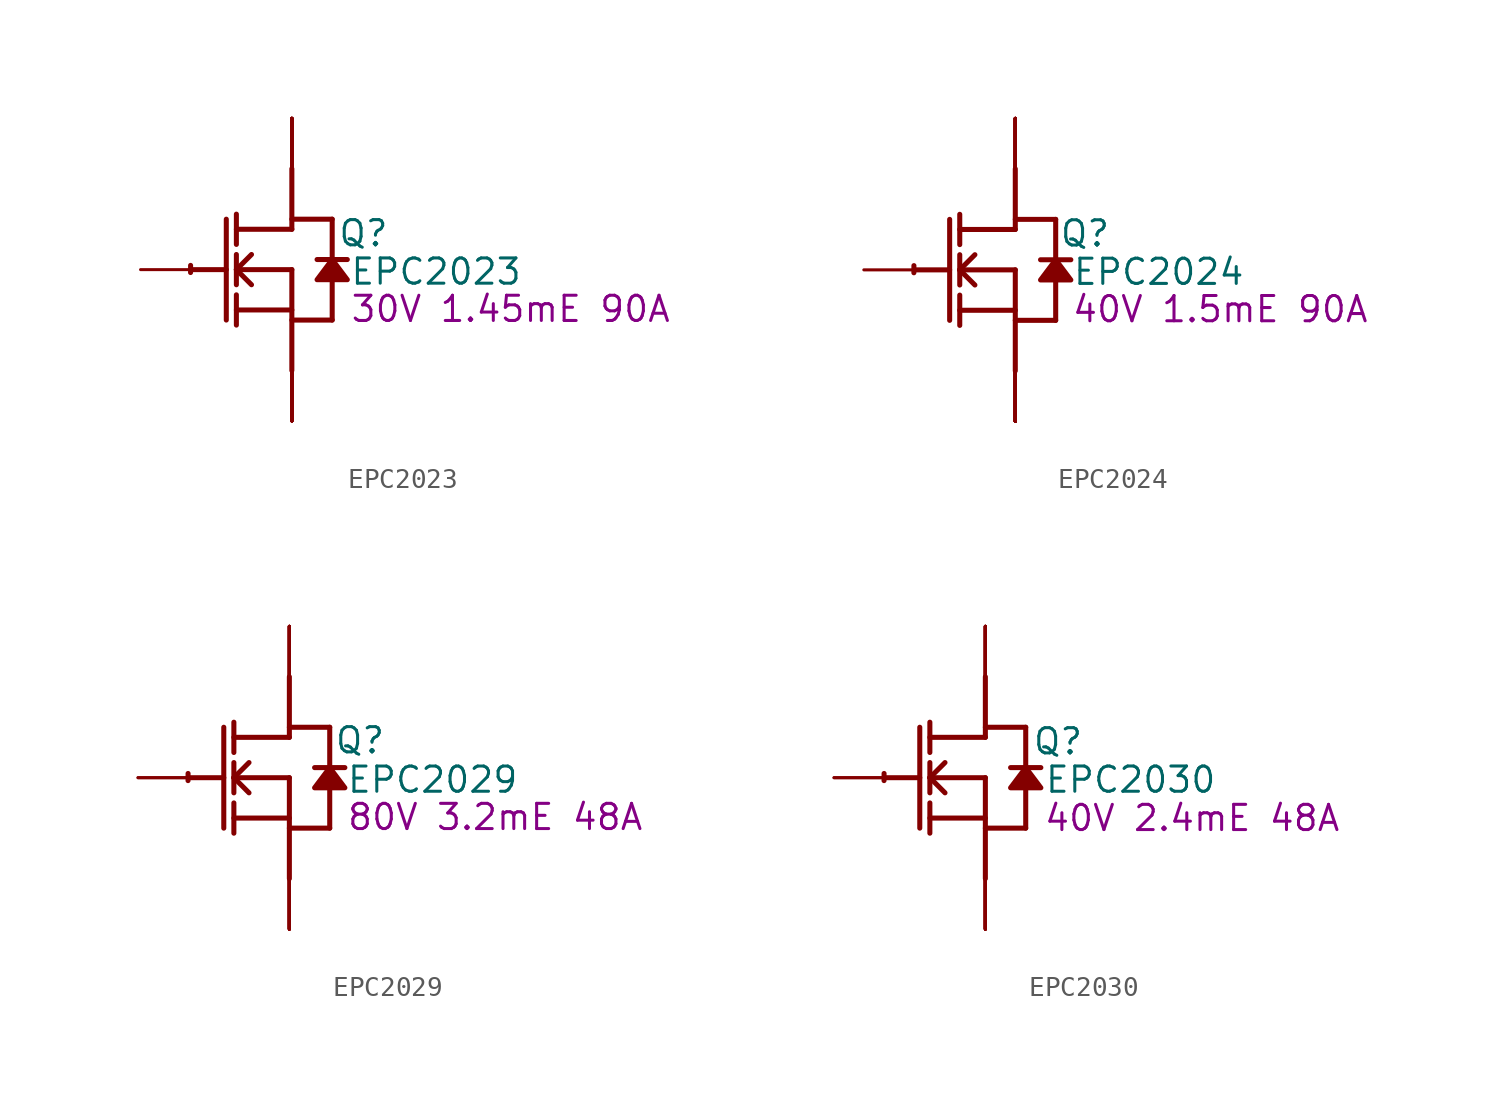
<source format=kicad_sym>
(kicad_symbol_lib
  (version 20241209)
  (generator "kicad_symbol_editor")
  (generator_version "9.0")
  (symbol "EPC2023"
    (property "Reference" "Q"
      (at 3.607 1.829 0)
      (effects (font (size 1.27 1.27))))
    (property "Value" "EPC2023"
      (at 7.264 -0.102 0)
      (effects (font (size 1.27 1.27))))
    (property "Description" "30V 1.45mE 90A"
      (at 11.024 -1.981 0)
      (effects (font (size 1.27 1.27))))
    (symbol "EPC2023_1_0"
      (polyline (pts (xy -5.08 0) (xy -3.302 0)) (stroke (width 0.254) (type solid)) (fill (type none)))
      (polyline (pts (xy -3.302 2.54) (xy -3.302 -2.54)) (stroke (width 0.254) (type solid)) (fill (type none)))
      (polyline (pts (xy -2.794 1.27) (xy -2.794 2.794)) (stroke (width 0.254) (type solid)) (fill (type none)))
      (polyline (pts (xy -2.794 0) (xy -2.032 0.762)) (stroke (width 0.254) (type solid)) (fill (type none)))
      (polyline (pts (xy -2.794 0) (xy 0 0)) (stroke (width 0.254) (type solid)) (fill (type none)))
      (polyline (pts (xy -2.794 -0.762) (xy -2.794 0.762)) (stroke (width 0.254) (type solid)) (fill (type none)))
      (polyline (pts (xy -2.794 -2.032) (xy 0 -2.032)) (stroke (width 0.254) (type solid)) (fill (type none)))
      (polyline (pts (xy -2.794 -2.794) (xy -2.794 -1.27)) (stroke (width 0.254) (type solid)) (fill (type none)))
      (polyline (pts (xy -2.032 -0.762) (xy -2.794 0)) (stroke (width 0.254) (type solid)) (fill (type none)))
      (polyline (pts (xy 0 2.54) (xy 2.032 2.54)) (stroke (width 0.254) (type solid)) (fill (type none)))
      (polyline (pts (xy 0 2.032) (xy -2.794 2.032)) (stroke (width 0.254) (type solid)) (fill (type none)))
      (polyline (pts (xy 0 2.032) (xy 0 5.08)) (stroke (width 0.254) (type solid)) (fill (type none)))
      (polyline (pts (xy 0 0) (xy 0 -5.08)) (stroke (width 0.254) (type solid)) (fill (type none)))
      (polyline (pts (xy 0 -2.54) (xy 2.032 -2.54)) (stroke (width 0.254) (type solid)) (fill (type none)))
      (arc (start -5.1019 -0.1467) (mid -5.1039 0.0331) (end -5.0996 0.2128) (stroke (width 0.254) (type solid)) (fill (type none)))
      (polyline (pts (xy 2.032 2.54) (xy 2.032 0.508)) (stroke (width 0.254) (type solid)) (fill (type none)))
      (polyline (pts (xy 2.032 0.508) (xy 1.27 -0.508) (xy 2.794 -0.508) (xy 2.032 0.508)) (stroke (width 0.254) (type solid)) (fill (type outline)))
      (polyline (pts (xy 2.032 -0.508) (xy 2.032 -2.54)) (stroke (width 0.254) (type solid)) (fill (type none)))
      (polyline (pts (xy 2.794 0.508) (xy 1.27 0.508)) (stroke (width 0.254) (type solid)) (fill (type none)))
      (pin passive line (at -7.62 0 0) (length 2.54) (name "G" (effects (font (size 0 0)))) (number "1" (effects (font (size 0 0)))))
      (pin open_collector line (at 0 7.62 270) (length 2.54) (name "D5" (effects (font (size 0 0)))) (number "11" (effects (font (size 0 0)))))
      (pin open_collector line (at 0 7.62 270) (length 2.54) (name "D6" (effects (font (size 0 0)))) (number "12" (effects (font (size 0 0)))))
      (pin open_collector line (at 0 7.62 270) (length 2.54) (name "D7" (effects (font (size 0 0)))) (number "15" (effects (font (size 0 0)))))
      (pin open_collector line (at 0 7.62 270) (length 2.54) (name "D8" (effects (font (size 0 0)))) (number "16" (effects (font (size 0 0)))))
      (pin open_collector line (at 0 7.62 270) (length 2.54) (name "D9" (effects (font (size 0 0)))) (number "19" (effects (font (size 0 0)))))
      (pin open_collector line (at 0 7.62 270) (length 2.54) (name "D10" (effects (font (size 0 0)))) (number "20" (effects (font (size 0 0)))))
      (pin open_collector line (at 0 7.62 270) (length 2.54) (name "D11" (effects (font (size 0 0)))) (number "23" (effects (font (size 0 0)))))
      (pin open_collector line (at 0 7.62 270) (length 2.54) (name "D12" (effects (font (size 0 0)))) (number "24" (effects (font (size 0 0)))))
      (pin open_collector line (at 0 7.62 270) (length 2.54) (name "D13" (effects (font (size 0 0)))) (number "27" (effects (font (size 0 0)))))
      (pin open_collector line (at 0 7.62 270) (length 2.54) (name "D14" (effects (font (size 0 0)))) (number "28" (effects (font (size 0 0)))))
      (pin open_collector line (at 0 7.62 270) (length 2.54) (name "D1" (effects (font (size 0 0)))) (number "3" (effects (font (size 0 0)))))
      (pin open_collector line (at 0 7.62 270) (length 2.54) (name "D2" (effects (font (size 0 0)))) (number "4" (effects (font (size 0 0)))))
      (pin open_collector line (at 0 7.62 270) (length 2.54) (name "D3" (effects (font (size 0 0)))) (number "7" (effects (font (size 0 0)))))
      (pin open_collector line (at 0 7.62 270) (length 2.54) (name "D4" (effects (font (size 0 0)))) (number "8" (effects (font (size 0 0)))))
      (pin open_emitter line (at 0 -7.62 90) (length 2.54) (name "S5" (effects (font (size 0 0)))) (number "10" (effects (font (size 0 0)))))
      (pin open_emitter line (at 0 -7.62 90) (length 2.54) (name "S6" (effects (font (size 0 0)))) (number "13" (effects (font (size 0 0)))))
      (pin open_emitter line (at 0 -7.62 90) (length 2.54) (name "S7" (effects (font (size 0 0)))) (number "14" (effects (font (size 0 0)))))
      (pin open_emitter line (at 0 -7.62 90) (length 2.54) (name "S8" (effects (font (size 0 0)))) (number "17" (effects (font (size 0 0)))))
      (pin open_emitter line (at 0 -7.62 90) (length 2.54) (name "S9" (effects (font (size 0 0)))) (number "18" (effects (font (size 0 0)))))
      (pin open_emitter line (at 0 -7.62 90) (length 2.54) (name "S1" (effects (font (size 0 0)))) (number "2" (effects (font (size 0 0)))))
      (pin open_emitter line (at 0 -7.62 90) (length 2.54) (name "S10" (effects (font (size 0 0)))) (number "21" (effects (font (size 0 0)))))
      (pin open_emitter line (at 0 -7.62 90) (length 2.54) (name "S11" (effects (font (size 0 0)))) (number "22" (effects (font (size 0 0)))))
      (pin open_emitter line (at 0 -7.62 90) (length 2.54) (name "S12" (effects (font (size 0 0)))) (number "25" (effects (font (size 0 0)))))
      (pin open_emitter line (at 0 -7.62 90) (length 2.54) (name "S13" (effects (font (size 0 0)))) (number "26" (effects (font (size 0 0)))))
      (pin open_emitter line (at 0 -7.62 90) (length 2.54) (name "S14" (effects (font (size 0 0)))) (number "29" (effects (font (size 0 0)))))
      (pin open_emitter line (at 0 -7.62 90) (length 2.54) (name "Sub" (effects (font (size 0 0)))) (number "30" (effects (font (size 0 0)))))
      (pin open_emitter line (at 0 -7.62 90) (length 2.54) (name "S2" (effects (font (size 0 0)))) (number "5" (effects (font (size 0 0)))))
      (pin open_emitter line (at 0 -7.62 90) (length 2.54) (name "S3" (effects (font (size 0 0)))) (number "6" (effects (font (size 0 0)))))
      (pin open_emitter line (at 0 -7.62 90) (length 2.54) (name "S4" (effects (font (size 0 0)))) (number "9" (effects (font (size 0 0)))))))
  (symbol "EPC2024"
    (property "Reference" "Q"
      (at 3.505 1.829 0)
      (effects (font (size 1.27 1.27))))
    (property "Value" "EPC2024"
      (at 7.214 -0.102 0)
      (effects (font (size 1.27 1.27))))
    (property "Description" "40V 1.5mE 90A"
      (at 10.312 -1.981 0)
      (effects (font (size 1.27 1.27))))
    (symbol "EPC2024_1_0"
      (polyline (pts (xy -5.08 0) (xy -3.302 0)) (stroke (width 0.254) (type solid)) (fill (type none)))
      (polyline (pts (xy -3.302 2.54) (xy -3.302 -2.54)) (stroke (width 0.254) (type solid)) (fill (type none)))
      (polyline (pts (xy -2.794 1.27) (xy -2.794 2.794)) (stroke (width 0.254) (type solid)) (fill (type none)))
      (polyline (pts (xy -2.794 0) (xy -2.032 0.762)) (stroke (width 0.254) (type solid)) (fill (type none)))
      (polyline (pts (xy -2.794 0) (xy 0 0)) (stroke (width 0.254) (type solid)) (fill (type none)))
      (polyline (pts (xy -2.794 -0.762) (xy -2.794 0.762)) (stroke (width 0.254) (type solid)) (fill (type none)))
      (polyline (pts (xy -2.794 -2.032) (xy 0 -2.032)) (stroke (width 0.254) (type solid)) (fill (type none)))
      (polyline (pts (xy -2.794 -2.794) (xy -2.794 -1.27)) (stroke (width 0.254) (type solid)) (fill (type none)))
      (polyline (pts (xy -2.032 -0.762) (xy -2.794 0)) (stroke (width 0.254) (type solid)) (fill (type none)))
      (polyline (pts (xy 0 2.54) (xy 2.032 2.54)) (stroke (width 0.254) (type solid)) (fill (type none)))
      (polyline (pts (xy 0 2.032) (xy -2.794 2.032)) (stroke (width 0.254) (type solid)) (fill (type none)))
      (polyline (pts (xy 0 2.032) (xy 0 5.08)) (stroke (width 0.254) (type solid)) (fill (type none)))
      (polyline (pts (xy 0 0) (xy 0 -5.08)) (stroke (width 0.254) (type solid)) (fill (type none)))
      (polyline (pts (xy 0 -2.54) (xy 2.032 -2.54)) (stroke (width 0.254) (type solid)) (fill (type none)))
      (arc (start -5.1019 -0.1467) (mid -5.1039 0.0331) (end -5.0996 0.2128) (stroke (width 0.254) (type solid)) (fill (type none)))
      (polyline (pts (xy 2.032 2.54) (xy 2.032 0.508)) (stroke (width 0.254) (type solid)) (fill (type none)))
      (polyline (pts (xy 2.032 0.508) (xy 1.27 -0.508) (xy 2.794 -0.508) (xy 2.032 0.508)) (stroke (width 0.254) (type solid)) (fill (type outline)))
      (polyline (pts (xy 2.032 -0.508) (xy 2.032 -2.54)) (stroke (width 0.254) (type solid)) (fill (type none)))
      (polyline (pts (xy 2.794 0.508) (xy 1.27 0.508)) (stroke (width 0.254) (type solid)) (fill (type none)))
      (pin passive line (at -7.62 0 0) (length 2.54) (name "G" (effects (font (size 0 0)))) (number "1" (effects (font (size 0 0)))))
      (pin open_collector line (at 0 7.62 270) (length 2.54) (name "D5" (effects (font (size 0 0)))) (number "11" (effects (font (size 0 0)))))
      (pin open_collector line (at 0 7.62 270) (length 2.54) (name "D6" (effects (font (size 0 0)))) (number "12" (effects (font (size 0 0)))))
      (pin open_collector line (at 0 7.62 270) (length 2.54) (name "D7" (effects (font (size 0 0)))) (number "15" (effects (font (size 0 0)))))
      (pin open_collector line (at 0 7.62 270) (length 2.54) (name "D8" (effects (font (size 0 0)))) (number "16" (effects (font (size 0 0)))))
      (pin open_collector line (at 0 7.62 270) (length 2.54) (name "D9" (effects (font (size 0 0)))) (number "19" (effects (font (size 0 0)))))
      (pin open_collector line (at 0 7.62 270) (length 2.54) (name "D10" (effects (font (size 0 0)))) (number "20" (effects (font (size 0 0)))))
      (pin open_collector line (at 0 7.62 270) (length 2.54) (name "D11" (effects (font (size 0 0)))) (number "23" (effects (font (size 0 0)))))
      (pin open_collector line (at 0 7.62 270) (length 2.54) (name "D12" (effects (font (size 0 0)))) (number "24" (effects (font (size 0 0)))))
      (pin open_collector line (at 0 7.62 270) (length 2.54) (name "D13" (effects (font (size 0 0)))) (number "27" (effects (font (size 0 0)))))
      (pin open_collector line (at 0 7.62 270) (length 2.54) (name "D14" (effects (font (size 0 0)))) (number "28" (effects (font (size 0 0)))))
      (pin open_collector line (at 0 7.62 270) (length 2.54) (name "D1" (effects (font (size 0 0)))) (number "3" (effects (font (size 0 0)))))
      (pin open_collector line (at 0 7.62 270) (length 2.54) (name "D2" (effects (font (size 0 0)))) (number "4" (effects (font (size 0 0)))))
      (pin open_collector line (at 0 7.62 270) (length 2.54) (name "D3" (effects (font (size 0 0)))) (number "7" (effects (font (size 0 0)))))
      (pin open_collector line (at 0 7.62 270) (length 2.54) (name "D4" (effects (font (size 0 0)))) (number "8" (effects (font (size 0 0)))))
      (pin open_emitter line (at 0 -7.62 90) (length 2.54) (name "S5" (effects (font (size 0 0)))) (number "10" (effects (font (size 0 0)))))
      (pin open_emitter line (at 0 -7.62 90) (length 2.54) (name "S6" (effects (font (size 0 0)))) (number "13" (effects (font (size 0 0)))))
      (pin open_emitter line (at 0 -7.62 90) (length 2.54) (name "S7" (effects (font (size 0 0)))) (number "14" (effects (font (size 0 0)))))
      (pin open_emitter line (at 0 -7.62 90) (length 2.54) (name "S8" (effects (font (size 0 0)))) (number "17" (effects (font (size 0 0)))))
      (pin open_emitter line (at 0 -7.62 90) (length 2.54) (name "S9" (effects (font (size 0 0)))) (number "18" (effects (font (size 0 0)))))
      (pin open_emitter line (at 0 -7.62 90) (length 2.54) (name "S1" (effects (font (size 0 0)))) (number "2" (effects (font (size 0 0)))))
      (pin open_emitter line (at 0 -7.62 90) (length 2.54) (name "S10" (effects (font (size 0 0)))) (number "21" (effects (font (size 0 0)))))
      (pin open_emitter line (at 0 -7.62 90) (length 2.54) (name "S11" (effects (font (size 0 0)))) (number "22" (effects (font (size 0 0)))))
      (pin open_emitter line (at 0 -7.62 90) (length 2.54) (name "S12" (effects (font (size 0 0)))) (number "25" (effects (font (size 0 0)))))
      (pin open_emitter line (at 0 -7.62 90) (length 2.54) (name "S13" (effects (font (size 0 0)))) (number "26" (effects (font (size 0 0)))))
      (pin open_emitter line (at 0 -7.62 90) (length 2.54) (name "S14" (effects (font (size 0 0)))) (number "29" (effects (font (size 0 0)))))
      (pin open_emitter line (at 0 -7.62 90) (length 2.54) (name "Sub" (effects (font (size 0 0)))) (number "30" (effects (font (size 0 0)))))
      (pin open_emitter line (at 0 -7.62 90) (length 2.54) (name "S2" (effects (font (size 0 0)))) (number "5" (effects (font (size 0 0)))))
      (pin open_emitter line (at 0 -7.62 90) (length 2.54) (name "S3" (effects (font (size 0 0)))) (number "6" (effects (font (size 0 0)))))
      (pin open_emitter line (at 0 -7.62 90) (length 2.54) (name "S4" (effects (font (size 0 0)))) (number "9" (effects (font (size 0 0)))))))
  (symbol "EPC2029"
    (property "Reference" "Q"
      (at 3.556 1.88 0)
      (effects (font (size 1.27 1.27))))
    (property "Value" "EPC2029"
      (at 7.214 -0.102 0)
      (effects (font (size 1.27 1.27))))
    (property "Description" "80V 3.2mE 48A"
      (at 10.363 -1.981 0)
      (effects (font (size 1.27 1.27))))
    (symbol "EPC2029_1_0"
      (polyline (pts (xy -5.08 0) (xy -3.302 0)) (stroke (width 0.254) (type solid)) (fill (type none)))
      (polyline (pts (xy -3.302 2.54) (xy -3.302 -2.54)) (stroke (width 0.254) (type solid)) (fill (type none)))
      (polyline (pts (xy -2.794 1.27) (xy -2.794 2.794)) (stroke (width 0.254) (type solid)) (fill (type none)))
      (polyline (pts (xy -2.794 0) (xy -2.032 0.762)) (stroke (width 0.254) (type solid)) (fill (type none)))
      (polyline (pts (xy -2.794 0) (xy 0 0)) (stroke (width 0.254) (type solid)) (fill (type none)))
      (polyline (pts (xy -2.794 -0.762) (xy -2.794 0.762)) (stroke (width 0.254) (type solid)) (fill (type none)))
      (polyline (pts (xy -2.794 -2.032) (xy 0 -2.032)) (stroke (width 0.254) (type solid)) (fill (type none)))
      (polyline (pts (xy -2.794 -2.794) (xy -2.794 -1.27)) (stroke (width 0.254) (type solid)) (fill (type none)))
      (polyline (pts (xy -2.032 -0.762) (xy -2.794 0)) (stroke (width 0.254) (type solid)) (fill (type none)))
      (polyline (pts (xy 0 2.54) (xy 2.032 2.54)) (stroke (width 0.254) (type solid)) (fill (type none)))
      (polyline (pts (xy 0 2.032) (xy -2.794 2.032)) (stroke (width 0.254) (type solid)) (fill (type none)))
      (polyline (pts (xy 0 2.032) (xy 0 5.08)) (stroke (width 0.254) (type solid)) (fill (type none)))
      (polyline (pts (xy 0 0) (xy 0 -5.08)) (stroke (width 0.254) (type solid)) (fill (type none)))
      (polyline (pts (xy 0 -2.54) (xy 2.032 -2.54)) (stroke (width 0.254) (type solid)) (fill (type none)))
      (arc (start -5.1019 -0.1467) (mid -5.1039 0.0331) (end -5.0996 0.2128) (stroke (width 0.254) (type solid)) (fill (type none)))
      (polyline (pts (xy 2.032 2.54) (xy 2.032 0.508)) (stroke (width 0.254) (type solid)) (fill (type none)))
      (polyline (pts (xy 2.032 0.508) (xy 1.27 -0.508) (xy 2.794 -0.508) (xy 2.032 0.508)) (stroke (width 0.254) (type solid)) (fill (type outline)))
      (polyline (pts (xy 2.032 -0.508) (xy 2.032 -2.54)) (stroke (width 0.254) (type solid)) (fill (type none)))
      (polyline (pts (xy 2.794 0.508) (xy 1.27 0.508)) (stroke (width 0.254) (type solid)) (fill (type none)))
      (pin passive line (at -7.62 0 0) (length 2.54) (name "G" (effects (font (size 0 0)))) (number "1" (effects (font (size 0 0)))))
      (pin passive line (at -7.62 0 0) (length 2.54) (name "G" (effects (font (size 0 0)))) (number "2" (effects (font (size 0 0)))))
      (pin open_collector line (at 0 7.62 270) (length 2.54) (name "D6" (effects (font (size 0 0)))) (number "15" (effects (font (size 0 0)))))
      (pin open_collector line (at 0 7.62 270) (length 2.54) (name "D7" (effects (font (size 0 0)))) (number "16" (effects (font (size 0 0)))))
      (pin open_collector line (at 0 7.62 270) (length 2.54) (name "D8" (effects (font (size 0 0)))) (number "17" (effects (font (size 0 0)))))
      (pin open_collector line (at 0 7.62 270) (length 2.54) (name "D9" (effects (font (size 0 0)))) (number "18" (effects (font (size 0 0)))))
      (pin open_collector line (at 0 7.62 270) (length 2.54) (name "D10" (effects (font (size 0 0)))) (number "19" (effects (font (size 0 0)))))
      (pin open_collector line (at 0 7.62 270) (length 2.54) (name "D1" (effects (font (size 0 0)))) (number "5" (effects (font (size 0 0)))))
      (pin open_collector line (at 0 7.62 270) (length 2.54) (name "D2" (effects (font (size 0 0)))) (number "6" (effects (font (size 0 0)))))
      (pin open_collector line (at 0 7.62 270) (length 2.54) (name "D3" (effects (font (size 0 0)))) (number "7" (effects (font (size 0 0)))))
      (pin open_collector line (at 0 7.62 270) (length 2.54) (name "D4" (effects (font (size 0 0)))) (number "8" (effects (font (size 0 0)))))
      (pin open_collector line (at 0 7.62 270) (length 2.54) (name "D5" (effects (font (size 0 0)))) (number "9" (effects (font (size 0 0)))))
      (pin open_emitter line (at 0 -7.62 90) (length 2.54) (name "S3" (effects (font (size 0 0)))) (number "10" (effects (font (size 0 0)))))
      (pin open_emitter line (at 0 -7.62 90) (length 2.54) (name "S4" (effects (font (size 0 0)))) (number "11" (effects (font (size 0 0)))))
      (pin open_emitter line (at 0 -7.62 90) (length 2.54) (name "Sub" (effects (font (size 0 0)))) (number "12" (effects (font (size 0 0)))))
      (pin open_emitter line (at 0 -7.62 90) (length 2.54) (name "S5" (effects (font (size 0 0)))) (number "13" (effects (font (size 0 0)))))
      (pin open_emitter line (at 0 -7.62 90) (length 2.54) (name "S6" (effects (font (size 0 0)))) (number "14" (effects (font (size 0 0)))))
      (pin open_emitter line (at 0 -7.62 90) (length 2.54) (name "S7" (effects (font (size 0 0)))) (number "20" (effects (font (size 0 0)))))
      (pin open_emitter line (at 0 -7.62 90) (length 2.54) (name "S8" (effects (font (size 0 0)))) (number "21" (effects (font (size 0 0)))))
      (pin open_emitter line (at 0 -7.62 90) (length 2.54) (name "S9" (effects (font (size 0 0)))) (number "22" (effects (font (size 0 0)))))
      (pin open_emitter line (at 0 -7.62 90) (length 2.54) (name "S10" (effects (font (size 0 0)))) (number "23" (effects (font (size 0 0)))))
      (pin open_emitter line (at 0 -7.62 90) (length 2.54) (name "S11" (effects (font (size 0 0)))) (number "24" (effects (font (size 0 0)))))
      (pin open_emitter line (at 0 -7.62 90) (length 2.54) (name "S1" (effects (font (size 0 0)))) (number "3" (effects (font (size 0 0)))))
      (pin open_emitter line (at 0 -7.62 90) (length 2.54) (name "S2" (effects (font (size 0 0)))) (number "4" (effects (font (size 0 0)))))))
  (symbol "EPC2030"
    (property "Reference" "Q"
      (at 3.658 1.829 0)
      (effects (font (size 1.27 1.27))))
    (property "Value" "EPC2030"
      (at 7.315 -0.102 0)
      (effects (font (size 1.27 1.27))))
    (property "Description" "40V 2.4mE 48A"
      (at 10.414 -2.032 0)
      (effects (font (size 1.27 1.27))))
    (symbol "EPC2030_1_0"
      (polyline (pts (xy -5.08 0) (xy -3.302 0)) (stroke (width 0.254) (type solid)) (fill (type none)))
      (polyline (pts (xy -3.302 2.54) (xy -3.302 -2.54)) (stroke (width 0.254) (type solid)) (fill (type none)))
      (polyline (pts (xy -2.794 1.27) (xy -2.794 2.794)) (stroke (width 0.254) (type solid)) (fill (type none)))
      (polyline (pts (xy -2.794 0) (xy -2.032 0.762)) (stroke (width 0.254) (type solid)) (fill (type none)))
      (polyline (pts (xy -2.794 0) (xy 0 0)) (stroke (width 0.254) (type solid)) (fill (type none)))
      (polyline (pts (xy -2.794 -0.762) (xy -2.794 0.762)) (stroke (width 0.254) (type solid)) (fill (type none)))
      (polyline (pts (xy -2.794 -2.032) (xy 0 -2.032)) (stroke (width 0.254) (type solid)) (fill (type none)))
      (polyline (pts (xy -2.794 -2.794) (xy -2.794 -1.27)) (stroke (width 0.254) (type solid)) (fill (type none)))
      (polyline (pts (xy -2.032 -0.762) (xy -2.794 0)) (stroke (width 0.254) (type solid)) (fill (type none)))
      (polyline (pts (xy 0 2.54) (xy 2.032 2.54)) (stroke (width 0.254) (type solid)) (fill (type none)))
      (polyline (pts (xy 0 2.032) (xy -2.794 2.032)) (stroke (width 0.254) (type solid)) (fill (type none)))
      (polyline (pts (xy 0 2.032) (xy 0 5.08)) (stroke (width 0.254) (type solid)) (fill (type none)))
      (polyline (pts (xy 0 0) (xy 0 -5.08)) (stroke (width 0.254) (type solid)) (fill (type none)))
      (polyline (pts (xy 0 -2.54) (xy 2.032 -2.54)) (stroke (width 0.254) (type solid)) (fill (type none)))
      (arc (start -5.1019 -0.1467) (mid -5.1039 0.0331) (end -5.0996 0.2128) (stroke (width 0.254) (type solid)) (fill (type none)))
      (polyline (pts (xy 2.032 2.54) (xy 2.032 0.508)) (stroke (width 0.254) (type solid)) (fill (type none)))
      (polyline (pts (xy 2.032 0.508) (xy 1.27 -0.508) (xy 2.794 -0.508) (xy 2.032 0.508)) (stroke (width 0.254) (type solid)) (fill (type outline)))
      (polyline (pts (xy 2.032 -0.508) (xy 2.032 -2.54)) (stroke (width 0.254) (type solid)) (fill (type none)))
      (polyline (pts (xy 2.794 0.508) (xy 1.27 0.508)) (stroke (width 0.254) (type solid)) (fill (type none)))
      (pin passive line (at -7.62 0 0) (length 2.54) (name "G" (effects (font (size 0 0)))) (number "1" (effects (font (size 0 0)))))
      (pin passive line (at -7.62 0 0) (length 2.54) (name "G" (effects (font (size 0 0)))) (number "2" (effects (font (size 0 0)))))
      (pin open_collector line (at 0 7.62 270) (length 2.54) (name "D6" (effects (font (size 0 0)))) (number "15" (effects (font (size 0 0)))))
      (pin open_collector line (at 0 7.62 270) (length 2.54) (name "D7" (effects (font (size 0 0)))) (number "16" (effects (font (size 0 0)))))
      (pin open_collector line (at 0 7.62 270) (length 2.54) (name "D8" (effects (font (size 0 0)))) (number "17" (effects (font (size 0 0)))))
      (pin open_collector line (at 0 7.62 270) (length 2.54) (name "D9" (effects (font (size 0 0)))) (number "18" (effects (font (size 0 0)))))
      (pin open_collector line (at 0 7.62 270) (length 2.54) (name "D10" (effects (font (size 0 0)))) (number "19" (effects (font (size 0 0)))))
      (pin open_collector line (at 0 7.62 270) (length 2.54) (name "D1" (effects (font (size 0 0)))) (number "5" (effects (font (size 0 0)))))
      (pin open_collector line (at 0 7.62 270) (length 2.54) (name "D2" (effects (font (size 0 0)))) (number "6" (effects (font (size 0 0)))))
      (pin open_collector line (at 0 7.62 270) (length 2.54) (name "D3" (effects (font (size 0 0)))) (number "7" (effects (font (size 0 0)))))
      (pin open_collector line (at 0 7.62 270) (length 2.54) (name "D4" (effects (font (size 0 0)))) (number "8" (effects (font (size 0 0)))))
      (pin open_collector line (at 0 7.62 270) (length 2.54) (name "D5" (effects (font (size 0 0)))) (number "9" (effects (font (size 0 0)))))
      (pin open_emitter line (at 0 -7.62 90) (length 2.54) (name "S3" (effects (font (size 0 0)))) (number "10" (effects (font (size 0 0)))))
      (pin open_emitter line (at 0 -7.62 90) (length 2.54) (name "S4" (effects (font (size 0 0)))) (number "11" (effects (font (size 0 0)))))
      (pin open_emitter line (at 0 -7.62 90) (length 2.54) (name "Sub" (effects (font (size 0 0)))) (number "12" (effects (font (size 0 0)))))
      (pin open_emitter line (at 0 -7.62 90) (length 2.54) (name "S5" (effects (font (size 0 0)))) (number "13" (effects (font (size 0 0)))))
      (pin open_emitter line (at 0 -7.62 90) (length 2.54) (name "S6" (effects (font (size 0 0)))) (number "14" (effects (font (size 0 0)))))
      (pin open_emitter line (at 0 -7.62 90) (length 2.54) (name "S7" (effects (font (size 0 0)))) (number "20" (effects (font (size 0 0)))))
      (pin open_emitter line (at 0 -7.62 90) (length 2.54) (name "S8" (effects (font (size 0 0)))) (number "21" (effects (font (size 0 0)))))
      (pin open_emitter line (at 0 -7.62 90) (length 2.54) (name "S9" (effects (font (size 0 0)))) (number "22" (effects (font (size 0 0)))))
      (pin open_emitter line (at 0 -7.62 90) (length 2.54) (name "S10" (effects (font (size 0 0)))) (number "23" (effects (font (size 0 0)))))
      (pin open_emitter line (at 0 -7.62 90) (length 2.54) (name "S11" (effects (font (size 0 0)))) (number "24" (effects (font (size 0 0)))))
      (pin open_emitter line (at 0 -7.62 90) (length 2.54) (name "S1" (effects (font (size 0 0)))) (number "3" (effects (font (size 0 0)))))
      (pin open_emitter line (at 0 -7.62 90) (length 2.54) (name "S2" (effects (font (size 0 0)))) (number "4" (effects (font (size 0 0))))))))
</source>
